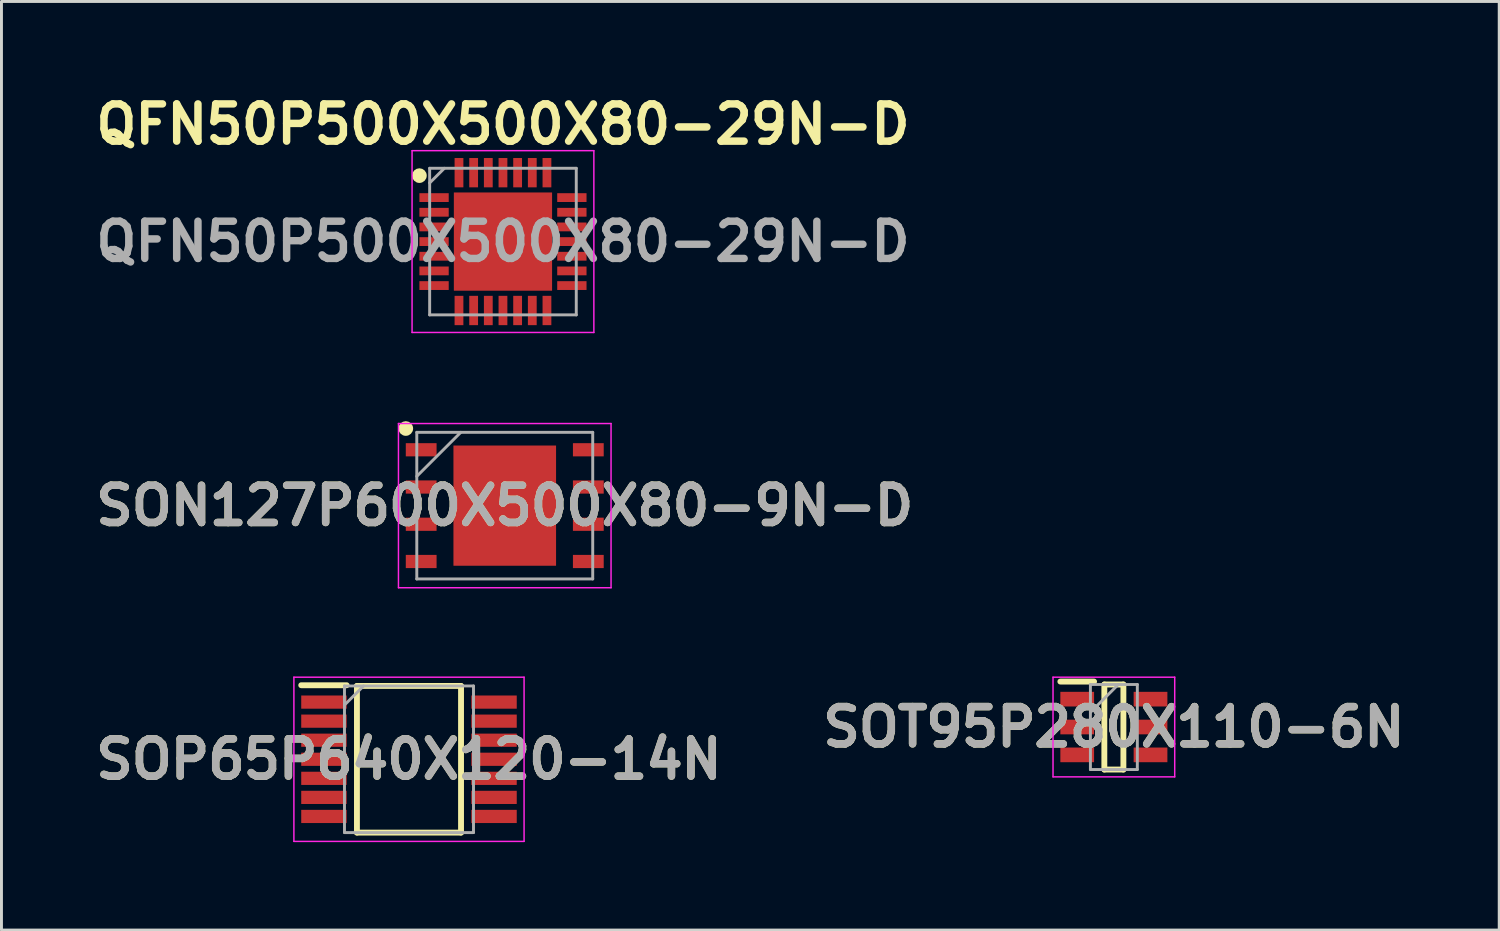
<source format=kicad_pcb>
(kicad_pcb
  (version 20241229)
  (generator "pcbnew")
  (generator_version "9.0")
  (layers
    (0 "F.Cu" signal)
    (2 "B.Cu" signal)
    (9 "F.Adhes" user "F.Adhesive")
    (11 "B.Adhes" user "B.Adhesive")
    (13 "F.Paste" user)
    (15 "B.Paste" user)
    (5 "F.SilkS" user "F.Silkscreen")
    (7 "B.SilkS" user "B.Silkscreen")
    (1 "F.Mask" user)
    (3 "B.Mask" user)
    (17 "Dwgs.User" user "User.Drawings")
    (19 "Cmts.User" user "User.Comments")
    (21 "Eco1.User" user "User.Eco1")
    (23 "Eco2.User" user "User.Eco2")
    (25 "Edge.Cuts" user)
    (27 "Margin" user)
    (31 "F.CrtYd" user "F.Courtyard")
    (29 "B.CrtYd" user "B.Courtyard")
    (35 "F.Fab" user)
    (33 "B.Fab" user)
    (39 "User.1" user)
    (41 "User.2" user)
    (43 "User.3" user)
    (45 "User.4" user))
  (footprint "SOT95P280X110-6N"
    (layer "F.Cu")
    (at 34.937 21.744)
    (property "Reference" "SOT95P280X110-6N" (at 0 0 0) (layer "F.SilkS") (effects (font (size 1.27 1.27) (thickness 0.254))))
    (attr smd)
    (fp_line (start -1.825 -1.55) (end -0.675 -1.55) (stroke (width 0.2) (type solid)) (layer "F.SilkS"))
    (fp_line (start -0.325 -1.45) (end 0.325 -1.45) (stroke (width 0.2) (type solid)) (layer "F.SilkS"))
    (fp_line (start -0.325 1.45) (end -0.325 -1.45) (stroke (width 0.2) (type solid)) (layer "F.SilkS"))
    (fp_line (start 0.325 -1.45) (end 0.325 1.45) (stroke (width 0.2) (type solid)) (layer "F.SilkS"))
    (fp_line (start 0.325 1.45) (end -0.325 1.45) (stroke (width 0.2) (type solid)) (layer "F.SilkS"))
    (fp_line (start -2.075 -1.7) (end 2.075 -1.7) (stroke (width 0.05) (type solid)) (layer "F.CrtYd"))
    (fp_line (start -2.075 1.7) (end -2.075 -1.7) (stroke (width 0.05) (type solid)) (layer "F.CrtYd"))
    (fp_line (start 2.075 -1.7) (end 2.075 1.7) (stroke (width 0.05) (type solid)) (layer "F.CrtYd"))
    (fp_line (start 2.075 1.7) (end -2.075 1.7) (stroke (width 0.05) (type solid)) (layer "F.CrtYd"))
    (fp_line (start -0.8 -1.45) (end 0.8 -1.45) (stroke (width 0.1) (type solid)) (layer "F.Fab"))
    (fp_line (start -0.8 -0.5) (end 0.15 -1.45) (stroke (width 0.1) (type solid)) (layer "F.Fab"))
    (fp_line (start -0.8 1.45) (end -0.8 -1.45) (stroke (width 0.1) (type solid)) (layer "F.Fab"))
    (fp_line (start 0.8 -1.45) (end 0.8 1.45) (stroke (width 0.1) (type solid)) (layer "F.Fab"))
    (fp_line (start 0.8 1.45) (end -0.8 1.45) (stroke (width 0.1) (type solid)) (layer "F.Fab"))
    (fp_text user "${REFERENCE}" (at 0 0 0) (layer "F.Fab") (effects (font (size 1.27 1.27) (thickness 0.254))))
    (pad "1" smd rect (at -1.25 -0.95 90) (size 0.5 1.15) (layers "F.Cu" "F.Mask" "F.Paste"))
    (pad "2" smd rect (at -1.25 0 90) (size 0.5 1.15) (layers "F.Cu" "F.Mask" "F.Paste"))
    (pad "3" smd rect (at -1.25 0.95 90) (size 0.5 1.15) (layers "F.Cu" "F.Mask" "F.Paste"))
    (pad "4" smd rect (at 1.25 0.95 90) (size 0.5 1.15) (layers "F.Cu" "F.Mask" "F.Paste"))
    (pad "5" smd rect (at 1.25 0 90) (size 0.5 1.15) (layers "F.Cu" "F.Mask" "F.Paste"))
    (pad "6" smd rect (at 1.25 -0.95 90) (size 0.5 1.15) (layers "F.Cu" "F.Mask" "F.Paste")))
  (footprint "SOP65P640X120-14N"
    (layer "F.Cu")
    (at 10.898 22.844)
    (property "Reference" "SOP65P640X120-14N" (at 0 0 0) (layer "F.SilkS") (effects (font (size 1.27 1.27) (thickness 0.254))))
    (attr smd)
    (fp_line (start -3.675 -2.525) (end -2.125 -2.525) (stroke (width 0.2) (type solid)) (layer "F.SilkS"))
    (fp_line (start -1.775 -2.5) (end 1.775 -2.5) (stroke (width 0.2) (type solid)) (layer "F.SilkS"))
    (fp_line (start -1.775 2.5) (end -1.775 -2.5) (stroke (width 0.2) (type solid)) (layer "F.SilkS"))
    (fp_line (start 1.775 -2.5) (end 1.775 2.5) (stroke (width 0.2) (type solid)) (layer "F.SilkS"))
    (fp_line (start 1.775 2.5) (end -1.775 2.5) (stroke (width 0.2) (type solid)) (layer "F.SilkS"))
    (fp_line (start -3.925 -2.8) (end 3.925 -2.8) (stroke (width 0.05) (type solid)) (layer "F.CrtYd"))
    (fp_line (start -3.925 2.8) (end -3.925 -2.8) (stroke (width 0.05) (type solid)) (layer "F.CrtYd"))
    (fp_line (start 3.925 -2.8) (end 3.925 2.8) (stroke (width 0.05) (type solid)) (layer "F.CrtYd"))
    (fp_line (start 3.925 2.8) (end -3.925 2.8) (stroke (width 0.05) (type solid)) (layer "F.CrtYd"))
    (fp_line (start -2.2 -2.5) (end 2.2 -2.5) (stroke (width 0.1) (type solid)) (layer "F.Fab"))
    (fp_line (start -2.2 -1.85) (end -1.55 -2.5) (stroke (width 0.1) (type solid)) (layer "F.Fab"))
    (fp_line (start -2.2 2.5) (end -2.2 -2.5) (stroke (width 0.1) (type solid)) (layer "F.Fab"))
    (fp_line (start 2.2 -2.5) (end 2.2 2.5) (stroke (width 0.1) (type solid)) (layer "F.Fab"))
    (fp_line (start 2.2 2.5) (end -2.2 2.5) (stroke (width 0.1) (type solid)) (layer "F.Fab"))
    (fp_text user "${REFERENCE}" (at 0 0 0) (layer "F.Fab") (effects (font (size 1.27 1.27) (thickness 0.254))))
    (pad "1" smd rect (at -2.9 -1.95 90) (size 0.45 1.55) (layers "F.Cu" "F.Mask" "F.Paste"))
    (pad "2" smd rect (at -2.9 -1.3 90) (size 0.45 1.55) (layers "F.Cu" "F.Mask" "F.Paste"))
    (pad "3" smd rect (at -2.9 -0.65 90) (size 0.45 1.55) (layers "F.Cu" "F.Mask" "F.Paste"))
    (pad "4" smd rect (at -2.9 0 90) (size 0.45 1.55) (layers "F.Cu" "F.Mask" "F.Paste"))
    (pad "5" smd rect (at -2.9 0.65 90) (size 0.45 1.55) (layers "F.Cu" "F.Mask" "F.Paste"))
    (pad "6" smd rect (at -2.9 1.3 90) (size 0.45 1.55) (layers "F.Cu" "F.Mask" "F.Paste"))
    (pad "7" smd rect (at -2.9 1.95 90) (size 0.45 1.55) (layers "F.Cu" "F.Mask" "F.Paste"))
    (pad "8" smd rect (at 2.9 1.95 90) (size 0.45 1.55) (layers "F.Cu" "F.Mask" "F.Paste"))
    (pad "9" smd rect (at 2.9 1.3 90) (size 0.45 1.55) (layers "F.Cu" "F.Mask" "F.Paste"))
    (pad "10" smd rect (at 2.9 0.65 90) (size 0.45 1.55) (layers "F.Cu" "F.Mask" "F.Paste"))
    (pad "11" smd rect (at 2.9 0 90) (size 0.45 1.55) (layers "F.Cu" "F.Mask" "F.Paste"))
    (pad "12" smd rect (at 2.9 -0.65 90) (size 0.45 1.55) (layers "F.Cu" "F.Mask" "F.Paste"))
    (pad "13" smd rect (at 2.9 -1.3 90) (size 0.45 1.55) (layers "F.Cu" "F.Mask" "F.Paste"))
    (pad "14" smd rect (at 2.9 -1.95 90) (size 0.45 1.55) (layers "F.Cu" "F.Mask" "F.Paste")))
  (footprint "SON127P600X500X80-9N-D"
    (layer "F.Cu")
    (at 14.164 14.194)
    (property "Reference" "SON127P600X500X80-9N-D" (at 0 0 0) (layer "F.SilkS") (effects (font (size 1.27 1.27) (thickness 0.254))))
    (attr smd)
    (fp_circle (center -3.375 -2.63) (end -3.375 -2.505) (stroke (width 0.25) (type solid)) (fill no) (layer "F.SilkS"))
    (fp_line (start -3.625 -2.8) (end 3.625 -2.8) (stroke (width 0.05) (type solid)) (layer "F.CrtYd"))
    (fp_line (start -3.625 2.8) (end -3.625 -2.8) (stroke (width 0.05) (type solid)) (layer "F.CrtYd"))
    (fp_line (start 3.625 -2.8) (end 3.625 2.8) (stroke (width 0.05) (type solid)) (layer "F.CrtYd"))
    (fp_line (start 3.625 2.8) (end -3.625 2.8) (stroke (width 0.05) (type solid)) (layer "F.CrtYd"))
    (fp_line (start -3 -2.5) (end 3 -2.5) (stroke (width 0.1) (type solid)) (layer "F.Fab"))
    (fp_line (start -3 -1) (end -1.5 -2.5) (stroke (width 0.1) (type solid)) (layer "F.Fab"))
    (fp_line (start -3 2.5) (end -3 -2.5) (stroke (width 0.1) (type solid)) (layer "F.Fab"))
    (fp_line (start 3 -2.5) (end 3 2.5) (stroke (width 0.1) (type solid)) (layer "F.Fab"))
    (fp_line (start 3 2.5) (end -3 2.5) (stroke (width 0.1) (type solid)) (layer "F.Fab"))
    (fp_text user "${REFERENCE}" (at 0 0 0) (layer "F.Fab") (effects (font (size 1.27 1.27) (thickness 0.254))))
    (pad "1" smd rect (at -2.85 -1.905 90) (size 0.45 1.05) (layers "F.Cu" "F.Mask" "F.Paste"))
    (pad "2" smd rect (at -2.85 -0.635 90) (size 0.45 1.05) (layers "F.Cu" "F.Mask" "F.Paste"))
    (pad "3" smd rect (at -2.85 0.635 90) (size 0.45 1.05) (layers "F.Cu" "F.Mask" "F.Paste"))
    (pad "4" smd rect (at -2.85 1.905 90) (size 0.45 1.05) (layers "F.Cu" "F.Mask" "F.Paste"))
    (pad "5" smd rect (at 2.85 1.905 90) (size 0.45 1.05) (layers "F.Cu" "F.Mask" "F.Paste"))
    (pad "6" smd rect (at 2.85 0.635 90) (size 0.45 1.05) (layers "F.Cu" "F.Mask" "F.Paste"))
    (pad "7" smd rect (at 2.85 -0.635 90) (size 0.45 1.05) (layers "F.Cu" "F.Mask" "F.Paste"))
    (pad "8" smd rect (at 2.85 -1.905 90) (size 0.45 1.05) (layers "F.Cu" "F.Mask" "F.Paste"))
    (pad "9" smd rect (at 0 0) (size 3.5 4.1) (layers "F.Cu" "F.Mask" "F.Paste")))
  (footprint "QFN50P500X500X80-29N-D"
    (layer "F.Cu")
    (at 14.103 5.189)
    (property "Reference" "QFN50P500X500X80-29N-D" (at 0 -4 0) (layer "F.SilkS") (effects (font (size 1.27 1.27) (thickness 0.254))))
    (attr smd)
    (fp_circle (center -2.85 -2.25) (end -2.85 -2.125) (stroke (width 0.25) (type solid)) (fill no) (layer "F.SilkS"))
    (fp_line (start -3.1 -3.1) (end 3.1 -3.1) (stroke (width 0.05) (type solid)) (layer "F.CrtYd"))
    (fp_line (start -3.1 3.1) (end -3.1 -3.1) (stroke (width 0.05) (type solid)) (layer "F.CrtYd"))
    (fp_line (start 3.1 -3.1) (end 3.1 3.1) (stroke (width 0.05) (type solid)) (layer "F.CrtYd"))
    (fp_line (start 3.1 3.1) (end -3.1 3.1) (stroke (width 0.05) (type solid)) (layer "F.CrtYd"))
    (fp_line (start -2.5 -2.5) (end 2.5 -2.5) (stroke (width 0.1) (type solid)) (layer "F.Fab"))
    (fp_line (start -2.5 -2) (end -2 -2.5) (stroke (width 0.1) (type solid)) (layer "F.Fab"))
    (fp_line (start -2.5 2.5) (end -2.5 -2.5) (stroke (width 0.1) (type solid)) (layer "F.Fab"))
    (fp_line (start 2.5 -2.5) (end 2.5 2.5) (stroke (width 0.1) (type solid)) (layer "F.Fab"))
    (fp_line (start 2.5 2.5) (end -2.5 2.5) (stroke (width 0.1) (type solid)) (layer "F.Fab"))
    (fp_text user "${REFERENCE}" (at 0 0 0) (layer "F.Fab") (effects (font (size 1.27 1.27) (thickness 0.254))))
    (pad "1" smd rect (at -2.35 -1.5 90) (size 0.3 1) (layers "F.Cu" "F.Mask" "F.Paste"))
    (pad "2" smd rect (at -2.35 -1 90) (size 0.3 1) (layers "F.Cu" "F.Mask" "F.Paste"))
    (pad "3" smd rect (at -2.35 -0.5 90) (size 0.3 1) (layers "F.Cu" "F.Mask" "F.Paste"))
    (pad "4" smd rect (at -2.35 0 90) (size 0.3 1) (layers "F.Cu" "F.Mask" "F.Paste"))
    (pad "5" smd rect (at -2.35 0.5 90) (size 0.3 1) (layers "F.Cu" "F.Mask" "F.Paste"))
    (pad "6" smd rect (at -2.35 1 90) (size 0.3 1) (layers "F.Cu" "F.Mask" "F.Paste"))
    (pad "7" smd rect (at -2.35 1.5 90) (size 0.3 1) (layers "F.Cu" "F.Mask" "F.Paste"))
    (pad "8" smd rect (at -1.5 2.35) (size 0.3 1) (layers "F.Cu" "F.Mask" "F.Paste"))
    (pad "9" smd rect (at -1 2.35) (size 0.3 1) (layers "F.Cu" "F.Mask" "F.Paste"))
    (pad "10" smd rect (at -0.5 2.35) (size 0.3 1) (layers "F.Cu" "F.Mask" "F.Paste"))
    (pad "11" smd rect (at 0 2.35) (size 0.3 1) (layers "F.Cu" "F.Mask" "F.Paste"))
    (pad "12" smd rect (at 0.5 2.35) (size 0.3 1) (layers "F.Cu" "F.Mask" "F.Paste"))
    (pad "13" smd rect (at 1 2.35) (size 0.3 1) (layers "F.Cu" "F.Mask" "F.Paste"))
    (pad "14" smd rect (at 1.5 2.35) (size 0.3 1) (layers "F.Cu" "F.Mask" "F.Paste"))
    (pad "15" smd rect (at 2.35 1.5 90) (size 0.3 1) (layers "F.Cu" "F.Mask" "F.Paste"))
    (pad "16" smd rect (at 2.35 1 90) (size 0.3 1) (layers "F.Cu" "F.Mask" "F.Paste"))
    (pad "17" smd rect (at 2.35 0.5 90) (size 0.3 1) (layers "F.Cu" "F.Mask" "F.Paste"))
    (pad "18" smd rect (at 2.35 0 90) (size 0.3 1) (layers "F.Cu" "F.Mask" "F.Paste"))
    (pad "19" smd rect (at 2.35 -0.5 90) (size 0.3 1) (layers "F.Cu" "F.Mask" "F.Paste"))
    (pad "20" smd rect (at 2.35 -1 90) (size 0.3 1) (layers "F.Cu" "F.Mask" "F.Paste"))
    (pad "21" smd rect (at 2.35 -1.5 90) (size 0.3 1) (layers "F.Cu" "F.Mask" "F.Paste"))
    (pad "22" smd rect (at 1.5 -2.35) (size 0.3 1) (layers "F.Cu" "F.Mask" "F.Paste"))
    (pad "23" smd rect (at 1 -2.35) (size 0.3 1) (layers "F.Cu" "F.Mask" "F.Paste"))
    (pad "24" smd rect (at 0.5 -2.35) (size 0.3 1) (layers "F.Cu" "F.Mask" "F.Paste"))
    (pad "25" smd rect (at 0 -2.35) (size 0.3 1) (layers "F.Cu" "F.Mask" "F.Paste"))
    (pad "26" smd rect (at -0.5 -2.35) (size 0.3 1) (layers "F.Cu" "F.Mask" "F.Paste"))
    (pad "27" smd rect (at -1 -2.35) (size 0.3 1) (layers "F.Cu" "F.Mask" "F.Paste"))
    (pad "28" smd rect (at -1.5 -2.35) (size 0.3 1) (layers "F.Cu" "F.Mask" "F.Paste"))
    (pad "29" smd rect (at 0 0) (size 3.35 3.35) (layers "F.Cu" "F.Mask" "F.Paste")))
  (gr_rect
    (start -3 -3)
    (end 48.079 28.669)
    (stroke (width 0.1) (type default))
    (fill no)
    (layer "Edge.Cuts")))
</source>
